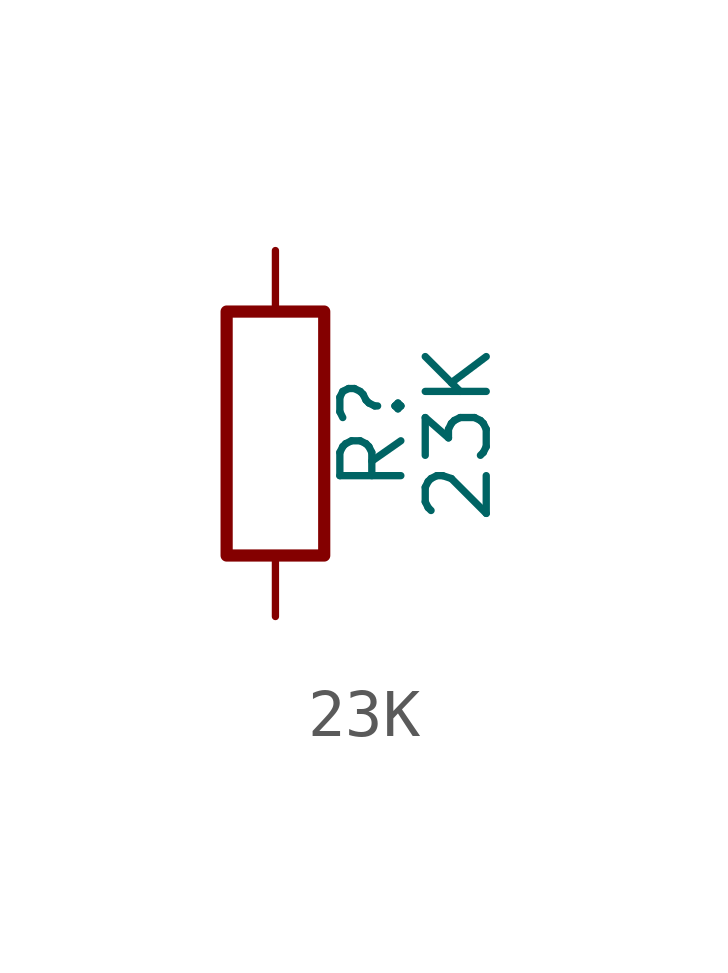
<source format=kicad_sym>
(kicad_symbol_lib
  (version 20210619)
  (generator kicad_symbol_editor)
  (symbol "my_Library:23K"
    (pin_numbers hide)
    (pin_names
      (offset 0))
    (property "Reference" "R"
      (at 2.032 0 90)
      (effects (font (size 1.27 1.27))))
    (property "Value" "23K"
      (at 3.81 0 90)
      (effects (font (size 1.27 1.27))))
    (symbol "23K_0_1"
      (rectangle (start -1.016 -2.54) (end 1.016 2.54) (stroke (width 0.254)) (fill (type none))))
    (symbol "23K_1_1"
      (pin passive line (at 0 3.81 270) (length 1.27) (name "~" (effects (font (size 1.27 1.27)))) (number "1" (effects (font (size 1.27 1.27)))))
      (pin passive line (at 0 -3.81 90) (length 1.27) (name "~" (effects (font (size 1.27 1.27)))) (number "2" (effects (font (size 1.27 1.27))))))))
</source>
